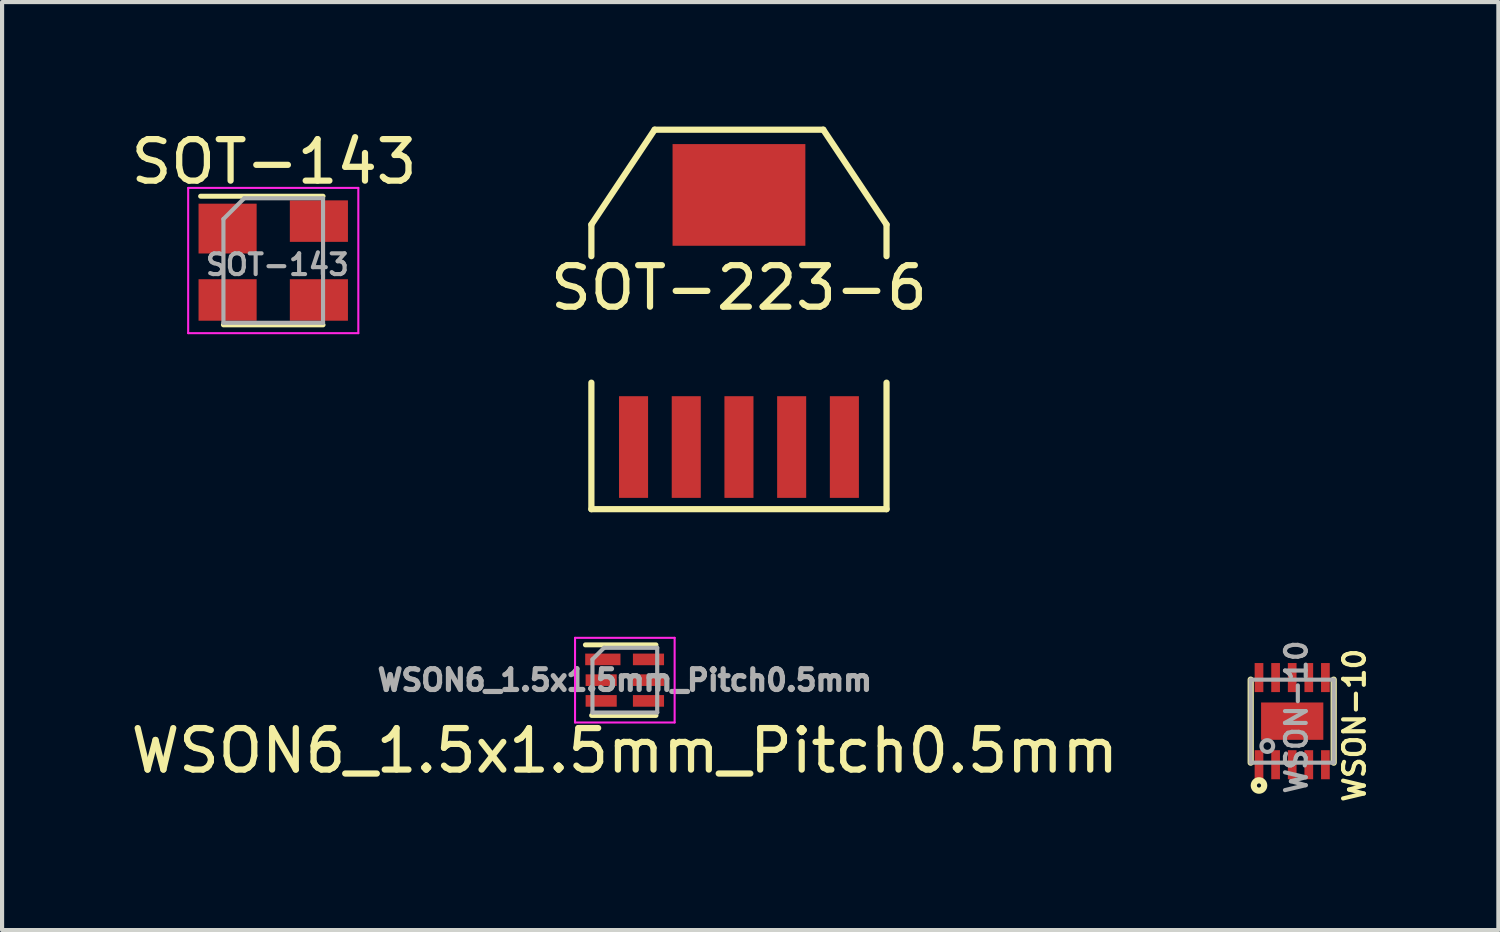
<source format=kicad_pcb>
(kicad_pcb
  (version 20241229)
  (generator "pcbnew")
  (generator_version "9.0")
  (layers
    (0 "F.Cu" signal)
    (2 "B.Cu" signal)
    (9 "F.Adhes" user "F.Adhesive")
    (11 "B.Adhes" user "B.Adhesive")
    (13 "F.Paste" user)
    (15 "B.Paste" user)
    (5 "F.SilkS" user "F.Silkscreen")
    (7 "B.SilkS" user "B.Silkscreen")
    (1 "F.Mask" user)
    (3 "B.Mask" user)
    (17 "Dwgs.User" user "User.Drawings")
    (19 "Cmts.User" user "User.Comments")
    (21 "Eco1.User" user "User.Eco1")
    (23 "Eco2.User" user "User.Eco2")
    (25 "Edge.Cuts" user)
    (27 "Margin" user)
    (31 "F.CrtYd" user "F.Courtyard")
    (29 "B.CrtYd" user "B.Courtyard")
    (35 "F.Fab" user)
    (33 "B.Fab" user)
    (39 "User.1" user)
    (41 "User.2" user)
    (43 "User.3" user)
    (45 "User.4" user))
  (footprint "SOT-143"
    (layer "F.Cu")
    (at 3.534 3.228)
    (property "Reference" "SOT-143" (at 0.02 -2.38 0) (layer "F.SilkS") (effects (font (size 1 1) (thickness 0.15))))
    (attr smd)
    (fp_line (start -1.2 1.55) (end 1.2 1.55) (stroke (width 0.12) (type solid)) (layer "F.SilkS"))
    (fp_line (start 1.2 -1.55) (end -1.75 -1.55) (stroke (width 0.12) (type solid)) (layer "F.SilkS"))
    (fp_line (start -2.05 1.75) (end -2.05 -1.75) (stroke (width 0.05) (type solid)) (layer "F.CrtYd"))
    (fp_line (start -2.05 1.75) (end 2.05 1.75) (stroke (width 0.05) (type solid)) (layer "F.CrtYd"))
    (fp_line (start 2.05 -1.75) (end -2.05 -1.75) (stroke (width 0.05) (type solid)) (layer "F.CrtYd"))
    (fp_line (start 2.05 -1.75) (end 2.05 1.75) (stroke (width 0.05) (type solid)) (layer "F.CrtYd"))
    (fp_line (start -1.2 -1) (end -0.7 -1.5) (stroke (width 0.1) (type solid)) (layer "F.Fab"))
    (fp_line (start -1.2 1.5) (end -1.2 -1) (stroke (width 0.1) (type solid)) (layer "F.Fab"))
    (fp_line (start -0.7 -1.5) (end 1.2 -1.5) (stroke (width 0.1) (type solid)) (layer "F.Fab"))
    (fp_line (start 1.2 -1.5) (end 1.2 1.5) (stroke (width 0.1) (type solid)) (layer "F.Fab"))
    (fp_line (start 1.2 1.5) (end -1.2 1.5) (stroke (width 0.1) (type solid)) (layer "F.Fab"))
    (fp_text user "${REFERENCE}" (at 0.1 0.1 0) (layer "F.Fab") (effects (font (size 0.5 0.5) (thickness 0.1))))
    (pad "1" smd rect (at -1.1 -0.77 270) (size 1.2 1.4) (layers "F.Cu" "F.Mask" "F.Paste"))
    (pad "2" smd rect (at -1.1 0.95 270) (size 1 1.4) (layers "F.Cu" "F.Mask" "F.Paste"))
    (pad "3" smd rect (at 1.1 0.95 270) (size 1 1.4) (layers "F.Cu" "F.Mask" "F.Paste"))
    (pad "4" smd rect (at 1.1 -0.95 270) (size 1 1.4) (layers "F.Cu" "F.Mask" "F.Paste")))
  (footprint "WSON-10"
    (layer "F.Cu")
    (at 28.087 14.327)
    (property "Reference" "WSON-10" (at 1.5 0.1 90) (layer "F.SilkS") (effects (font (size 0.5 0.5) (thickness 0.1))))
    (attr through_hole)
    (fp_line (start -1 1) (end -1 -1) (stroke (width 0.15) (type solid)) (layer "F.SilkS"))
    (fp_line (start 1 -1) (end 1 1) (stroke (width 0.15) (type solid)) (layer "F.SilkS"))
    (fp_circle (center -0.8 1.55) (end -0.8 1.5) (stroke (width 0.15) (type solid)) (fill no) (layer "F.SilkS"))
    (fp_line (start -1 -1) (end 1 -1) (stroke (width 0.1) (type solid)) (layer "F.Fab"))
    (fp_line (start -1 1) (end -1 -1) (stroke (width 0.1) (type solid)) (layer "F.Fab"))
    (fp_line (start 1 -1) (end 1 1) (stroke (width 0.1) (type solid)) (layer "F.Fab"))
    (fp_line (start 1 1) (end -1 1) (stroke (width 0.1) (type solid)) (layer "F.Fab"))
    (fp_circle (center -0.6 0.6) (end -0.5 0.7) (stroke (width 0.1) (type solid)) (fill no) (layer "F.Fab"))
    (fp_text user "${REFERENCE}" (at 0.1 -0.1 90) (layer "F.Fab") (effects (font (size 0.5 0.5) (thickness 0.1))))
    (pad "1" smd rect (at -0.8 1.05) (size 0.21 0.7) (layers "F.Cu" "F.Mask" "F.Paste"))
    (pad "2" smd rect (at -0.4 1.05) (size 0.21 0.7) (layers "F.Cu" "F.Mask" "F.Paste"))
    (pad "3" smd rect (at 0 1.05) (size 0.21 0.7) (layers "F.Cu" "F.Mask" "F.Paste"))
    (pad "4" smd rect (at 0.4 1.05) (size 0.21 0.7) (layers "F.Cu" "F.Mask" "F.Paste"))
    (pad "5" smd rect (at 0.8 1.05) (size 0.21 0.7) (layers "F.Cu" "F.Mask" "F.Paste"))
    (pad "6" smd rect (at 0.8 -1.05) (size 0.21 0.7) (layers "F.Cu" "F.Mask" "F.Paste"))
    (pad "7" smd rect (at 0.4 -1.05) (size 0.21 0.7) (layers "F.Cu" "F.Mask" "F.Paste"))
    (pad "8" smd rect (at 0 -1.05) (size 0.21 0.7) (layers "F.Cu" "F.Mask" "F.Paste"))
    (pad "9" smd rect (at -0.4 -1.05) (size 0.21 0.7) (layers "F.Cu" "F.Mask" "F.Paste"))
    (pad "10" smd rect (at -0.8 -1.05) (size 0.21 0.7) (layers "F.Cu" "F.Mask" "F.Paste"))
    (pad "11" smd rect (at 0 0) (size 1.5 0.9) (layers "F.Cu" "F.Mask" "F.Paste")))
  (footprint "SOT-223-6"
    (layer "F.Cu")
    (at 14.756 4.647)
    (property "Reference" "SOT-223-6" (at 0 -0.762 0) (layer "F.SilkS") (effects (font (size 1 1) (thickness 0.15))))
    (attr smd)
    (fp_line (start -3.556 -2.286) (end -2.032 -4.572) (stroke (width 0.15) (type solid)) (layer "F.SilkS"))
    (fp_line (start -3.556 -1.524) (end -3.556 -2.286) (stroke (width 0.15) (type solid)) (layer "F.SilkS"))
    (fp_line (start -3.556 1.524) (end -3.556 4.572) (stroke (width 0.15) (type solid)) (layer "F.SilkS"))
    (fp_line (start -3.556 4.572) (end 3.556 4.572) (stroke (width 0.15) (type solid)) (layer "F.SilkS"))
    (fp_line (start -2.032 -4.572) (end 2.032 -4.572) (stroke (width 0.15) (type solid)) (layer "F.SilkS"))
    (fp_line (start 2.032 -4.572) (end 3.556 -2.286) (stroke (width 0.15) (type solid)) (layer "F.SilkS"))
    (fp_line (start 3.556 -2.286) (end 3.556 -1.524) (stroke (width 0.15) (type solid)) (layer "F.SilkS"))
    (fp_line (start 3.556 4.572) (end 3.556 1.524) (stroke (width 0.15) (type solid)) (layer "F.SilkS"))
    (pad "1" smd rect (at -2.54 3.075) (size 0.7 2.45) (layers "F.Cu" "F.Mask" "F.Paste"))
    (pad "2" smd rect (at -1.27 3.075) (size 0.7 2.45) (layers "F.Cu" "F.Mask" "F.Paste"))
    (pad "3" smd rect (at 0 3.075) (size 0.7 2.45) (layers "F.Cu" "F.Mask" "F.Paste"))
    (pad "4" smd rect (at 1.27 3.075) (size 0.7 2.45) (layers "F.Cu" "F.Mask" "F.Paste"))
    (pad "5" smd rect (at 2.54 3.075) (size 0.7 2.45) (layers "F.Cu" "F.Mask" "F.Paste"))
    (pad "6" smd rect (at 0 -3) (size 3.2 2.45) (layers "F.Cu" "F.Mask" "F.Paste")))
  (footprint "WSON6_1.5x1.5mm_Pitch0.5mm"
    (layer "F.Cu")
    (at 12.006 13.339)
    (property "Reference" "WSON6_1.5x1.5mm_Pitch0.5mm" (at 0 1.7 0) (layer "F.SilkS") (effects (font (size 1 1) (thickness 0.15))))
    (attr smd)
    (fp_line (start -0.95 -0.85) (end 0.75 -0.85) (stroke (width 0.12) (type solid)) (layer "F.SilkS"))
    (fp_line (start -0.8 0.85) (end 0.75 0.85) (stroke (width 0.12) (type solid)) (layer "F.SilkS"))
    (fp_line (start -1.2 1.02) (end -1.2 -1.02) (stroke (width 0.05) (type solid)) (layer "F.CrtYd"))
    (fp_line (start -1.2 1.02) (end 1.2 1.02) (stroke (width 0.05) (type solid)) (layer "F.CrtYd"))
    (fp_line (start 1.2 -1.02) (end -1.2 -1.02) (stroke (width 0.05) (type solid)) (layer "F.CrtYd"))
    (fp_line (start 1.2 -1.02) (end 1.2 1.02) (stroke (width 0.05) (type solid)) (layer "F.CrtYd"))
    (fp_line (start -0.78 -0.5) (end -0.78 0.78) (stroke (width 0.1) (type solid)) (layer "F.Fab"))
    (fp_line (start -0.78 0.78) (end 0.78 0.78) (stroke (width 0.1) (type solid)) (layer "F.Fab"))
    (fp_line (start -0.5 -0.78) (end -0.78 -0.5) (stroke (width 0.1) (type solid)) (layer "F.Fab"))
    (fp_line (start 0.78 -0.78) (end -0.5 -0.78) (stroke (width 0.1) (type solid)) (layer "F.Fab"))
    (fp_line (start 0.78 -0.78) (end 0.78 0.78) (stroke (width 0.1) (type solid)) (layer "F.Fab"))
    (fp_text user "${REFERENCE}" (at 0 0 0) (layer "F.Fab") (effects (font (size 0.5 0.5) (thickness 0.125))))
    (pad "1" smd rect (at -0.53 -0.5 270) (size 0.28 0.85) (layers "F.Cu" "F.Mask" "F.Paste"))
    (pad "2" smd rect (at -0.57 0 270) (size 0.28 0.75) (layers "F.Cu" "F.Mask" "F.Paste"))
    (pad "3" smd rect (at -0.57 0.5 270) (size 0.28 0.75) (layers "F.Cu" "F.Mask" "F.Paste"))
    (pad "4" smd rect (at 0.57 0.5 270) (size 0.28 0.75) (layers "F.Cu" "F.Mask" "F.Paste"))
    (pad "5" smd rect (at 0.57 0 270) (size 0.28 0.75) (layers "F.Cu" "F.Mask" "F.Paste"))
    (pad "6" smd rect (at 0.57 -0.5 270) (size 0.28 0.75) (layers "F.Cu" "F.Mask" "F.Paste")))
  (gr_rect
    (start -3 -3)
    (end 33.055 19.361)
    (stroke (width 0.1) (type default))
    (fill no)
    (layer "Edge.Cuts")))
</source>
